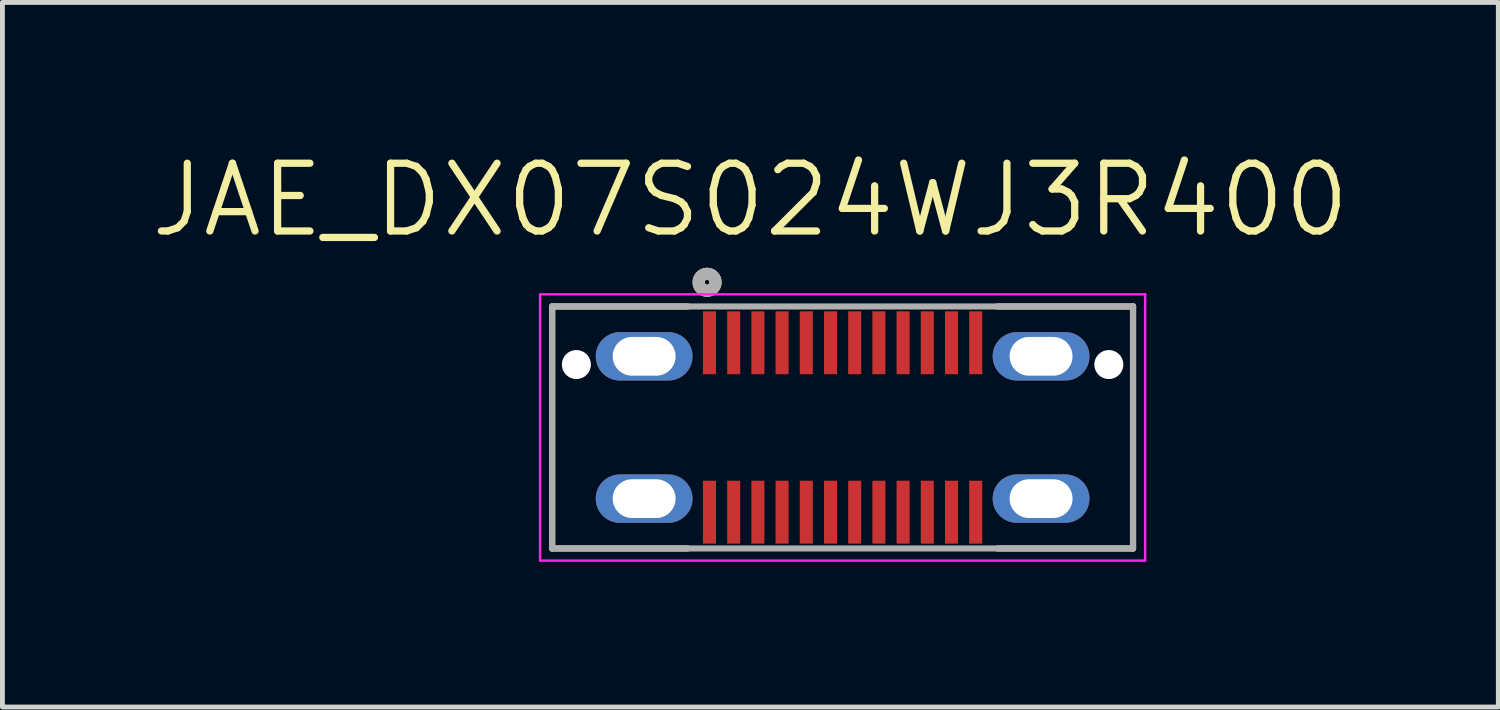
<source format=kicad_pcb>
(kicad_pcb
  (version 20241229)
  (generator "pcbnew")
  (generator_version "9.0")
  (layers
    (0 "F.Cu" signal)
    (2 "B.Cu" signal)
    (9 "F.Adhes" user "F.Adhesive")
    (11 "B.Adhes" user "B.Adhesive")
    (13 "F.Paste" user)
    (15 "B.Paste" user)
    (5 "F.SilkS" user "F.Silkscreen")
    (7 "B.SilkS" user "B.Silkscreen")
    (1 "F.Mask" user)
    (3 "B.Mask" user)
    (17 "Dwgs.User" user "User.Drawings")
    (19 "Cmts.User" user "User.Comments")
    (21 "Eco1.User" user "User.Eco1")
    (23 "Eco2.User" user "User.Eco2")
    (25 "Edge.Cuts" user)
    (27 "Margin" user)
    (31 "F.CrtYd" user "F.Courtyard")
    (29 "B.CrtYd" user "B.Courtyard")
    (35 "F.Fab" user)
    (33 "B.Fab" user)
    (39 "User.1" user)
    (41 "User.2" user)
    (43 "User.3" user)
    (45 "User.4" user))
  (footprint "JAE_DX07S024WJ3R400"
    (layer "F.Cu")
    (at 14.357 5.781)
    (property "Reference" "JAE_DX07S024WJ3R400" (at -1.905 -4.699 0) (layer "F.SilkS") (effects (font (size 1.4 1.4) (thickness 0.15))))
    (attr through_hole)
    (fp_line (start -6 -2.5) (end -6 2.5) (stroke (width 0.127) (type solid)) (layer "F.SilkS"))
    (fp_line (start -6 2.5) (end -3.2 2.5) (stroke (width 0.127) (type solid)) (layer "F.SilkS"))
    (fp_line (start -3.2 -2.5) (end -6 -2.5) (stroke (width 0.127) (type solid)) (layer "F.SilkS"))
    (fp_line (start 3.2 2.5) (end 6 2.5) (stroke (width 0.127) (type solid)) (layer "F.SilkS"))
    (fp_line (start 6 -2.5) (end 3.2 -2.5) (stroke (width 0.127) (type solid)) (layer "F.SilkS"))
    (fp_line (start 6 2.5) (end 6 -2.5) (stroke (width 0.127) (type solid)) (layer "F.SilkS"))
    (fp_circle (center -2.8 -3) (end -2.75 -3) (stroke (width 0.25) (type solid)) (fill no) (layer "F.SilkS"))
    (fp_line (start -6.25 -2.75) (end 6.25 -2.75) (stroke (width 0.05) (type solid)) (layer "F.CrtYd"))
    (fp_line (start -6.25 2.75) (end -6.25 -2.75) (stroke (width 0.05) (type solid)) (layer "F.CrtYd"))
    (fp_line (start 6.25 -2.75) (end 6.25 2.75) (stroke (width 0.05) (type solid)) (layer "F.CrtYd"))
    (fp_line (start 6.25 2.75) (end -6.25 2.75) (stroke (width 0.05) (type solid)) (layer "F.CrtYd"))
    (fp_line (start -6 -2.5) (end 6 -2.5) (stroke (width 0.127) (type solid)) (layer "F.Fab"))
    (fp_line (start -6 2.5) (end -6 -2.5) (stroke (width 0.127) (type solid)) (layer "F.Fab"))
    (fp_line (start 6 -2.5) (end 6 2.5) (stroke (width 0.127) (type solid)) (layer "F.Fab"))
    (fp_line (start 6 2.5) (end -6 2.5) (stroke (width 0.127) (type solid)) (layer "F.Fab"))
    (fp_circle (center -2.8 -3) (end -2.75 -3) (stroke (width 0.25) (type solid)) (fill no) (layer "F.Fab"))
    (pad "" np_thru_hole circle (at -5.5 -1.3) (size 0.6 0.6) (drill 0.6) (layers "*.Cu" "*.Mask"))
    (pad "" np_thru_hole circle (at 5.5 -1.3) (size 0.6 0.6) (drill 0.6) (layers "*.Cu" "*.Mask"))
    (pad "25" thru_hole oval (at -4.1 -1.47) (size 2 1) (drill oval 1.3 0.8) (layers "*.Cu" "*.Mask"))
    (pad "26" thru_hole oval (at 4.1 -1.47) (size 2 1) (drill oval 1.3 0.8) (layers "*.Cu" "*.Mask"))
    (pad "27" thru_hole oval (at -4.1 1.47) (size 2 1) (drill oval 1.3 0.8) (layers "*.Cu" "*.Mask"))
    (pad "28" thru_hole oval (at 4.1 1.47) (size 2 1) (drill oval 1.3 0.8) (layers "*.Cu" "*.Mask"))
    (pad "A1" smd rect (at -2.75 -1.75) (size 0.27 1.3) (layers "F.Cu" "F.Mask" "F.Paste"))
    (pad "A2" smd rect (at -2.25 -1.75) (size 0.27 1.3) (layers "F.Cu" "F.Mask" "F.Paste"))
    (pad "A3" smd rect (at -1.75 -1.75) (size 0.27 1.3) (layers "F.Cu" "F.Mask" "F.Paste"))
    (pad "A4" smd rect (at -1.25 -1.75) (size 0.27 1.3) (layers "F.Cu" "F.Mask" "F.Paste"))
    (pad "A5" smd rect (at -0.75 -1.75) (size 0.27 1.3) (layers "F.Cu" "F.Mask" "F.Paste"))
    (pad "A6" smd rect (at -0.25 -1.75) (size 0.27 1.3) (layers "F.Cu" "F.Mask" "F.Paste"))
    (pad "A7" smd rect (at 0.25 -1.75) (size 0.27 1.3) (layers "F.Cu" "F.Mask" "F.Paste"))
    (pad "A8" smd rect (at 0.75 -1.75) (size 0.27 1.3) (layers "F.Cu" "F.Mask" "F.Paste"))
    (pad "A9" smd rect (at 1.25 -1.75) (size 0.27 1.3) (layers "F.Cu" "F.Mask" "F.Paste"))
    (pad "A10" smd rect (at 1.75 -1.75) (size 0.27 1.3) (layers "F.Cu" "F.Mask" "F.Paste"))
    (pad "A11" smd rect (at 2.25 -1.75) (size 0.27 1.3) (layers "F.Cu" "F.Mask" "F.Paste"))
    (pad "A12" smd rect (at 2.75 -1.75) (size 0.27 1.3) (layers "F.Cu" "F.Mask" "F.Paste"))
    (pad "B1" smd rect (at 2.75 1.75) (size 0.27 1.3) (layers "F.Cu" "F.Mask" "F.Paste"))
    (pad "B2" smd rect (at 2.25 1.75) (size 0.27 1.3) (layers "F.Cu" "F.Mask" "F.Paste"))
    (pad "B3" smd rect (at 1.75 1.75) (size 0.27 1.3) (layers "F.Cu" "F.Mask" "F.Paste"))
    (pad "B4" smd rect (at 1.25 1.75) (size 0.27 1.3) (layers "F.Cu" "F.Mask" "F.Paste"))
    (pad "B5" smd rect (at 0.75 1.75) (size 0.27 1.3) (layers "F.Cu" "F.Mask" "F.Paste"))
    (pad "B6" smd rect (at 0.25 1.75) (size 0.27 1.3) (layers "F.Cu" "F.Mask" "F.Paste"))
    (pad "B7" smd rect (at -0.25 1.75) (size 0.27 1.3) (layers "F.Cu" "F.Mask" "F.Paste"))
    (pad "B8" smd rect (at -0.75 1.75) (size 0.27 1.3) (layers "F.Cu" "F.Mask" "F.Paste"))
    (pad "B9" smd rect (at -1.25 1.75) (size 0.27 1.3) (layers "F.Cu" "F.Mask" "F.Paste"))
    (pad "B10" smd rect (at -1.75 1.75) (size 0.27 1.3) (layers "F.Cu" "F.Mask" "F.Paste"))
    (pad "B11" smd rect (at -2.25 1.75) (size 0.27 1.3) (layers "F.Cu" "F.Mask" "F.Paste"))
    (pad "B12" smd rect (at -2.75 1.75) (size 0.27 1.3) (layers "F.Cu" "F.Mask" "F.Paste")))
  (gr_rect
    (start -3 -3)
    (end 27.903 11.556)
    (stroke (width 0.1) (type default))
    (fill no)
    (layer "Edge.Cuts")))
</source>
